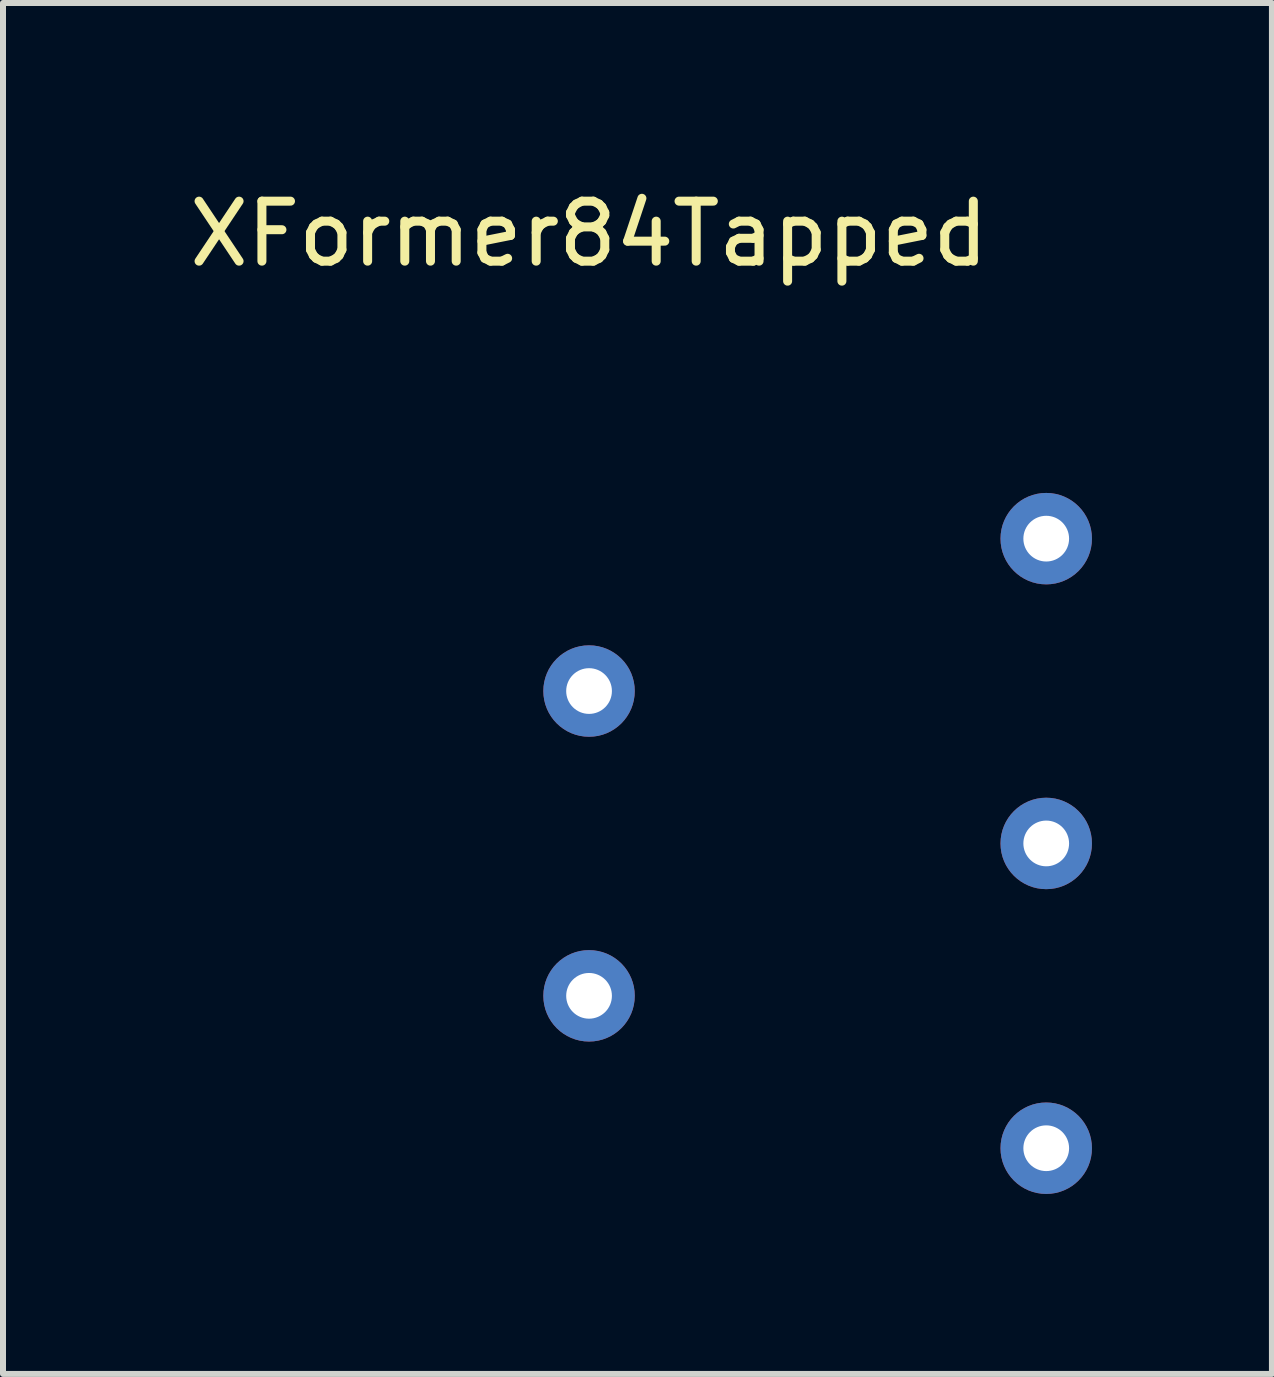
<source format=kicad_pcb>
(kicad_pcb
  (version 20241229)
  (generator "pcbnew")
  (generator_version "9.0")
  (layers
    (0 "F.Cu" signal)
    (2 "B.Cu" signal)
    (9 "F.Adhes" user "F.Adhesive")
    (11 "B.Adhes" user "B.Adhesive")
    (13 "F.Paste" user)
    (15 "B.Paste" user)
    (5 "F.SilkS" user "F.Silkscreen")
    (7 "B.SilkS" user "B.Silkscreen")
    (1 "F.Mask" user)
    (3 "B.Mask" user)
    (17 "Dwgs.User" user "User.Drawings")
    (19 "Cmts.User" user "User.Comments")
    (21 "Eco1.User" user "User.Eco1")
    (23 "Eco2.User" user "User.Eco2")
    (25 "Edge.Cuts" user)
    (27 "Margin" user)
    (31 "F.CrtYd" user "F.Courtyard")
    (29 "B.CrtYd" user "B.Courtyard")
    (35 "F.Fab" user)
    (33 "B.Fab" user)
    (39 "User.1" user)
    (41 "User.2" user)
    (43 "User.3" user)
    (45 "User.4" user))
  (footprint "XFormer84Tapped"
    (layer "F.Cu")
    (at 6.768 8.468)
    (property "Reference" "XFormer84Tapped" (at 0 -7.62 0) (layer "F.SilkS") (effects (font (size 1 1) (thickness 0.15))))
    (attr through_hole)
    (pad "1" thru_hole circle (at 0 0) (size 1.524 1.524) (drill 0.762) (layers "*.Cu" "*.Mask"))
    (pad "2" thru_hole circle (at 0 5.08) (size 1.524 1.524) (drill 0.762) (layers "*.Cu" "*.Mask"))
    (pad "3" thru_hole circle (at 7.62 7.62) (size 1.524 1.524) (drill 0.762) (layers "*.Cu" "*.Mask"))
    (pad "4" thru_hole circle (at 7.62 2.54) (size 1.524 1.524) (drill 0.762) (layers "*.Cu" "*.Mask"))
    (pad "5" thru_hole circle (at 7.62 -2.54) (size 1.524 1.524) (drill 0.762) (layers "*.Cu" "*.Mask")))
  (gr_rect
    (start -3 -3)
    (end 18.15 19.85)
    (stroke (width 0.1) (type default))
    (fill no)
    (layer "Edge.Cuts")))
</source>
